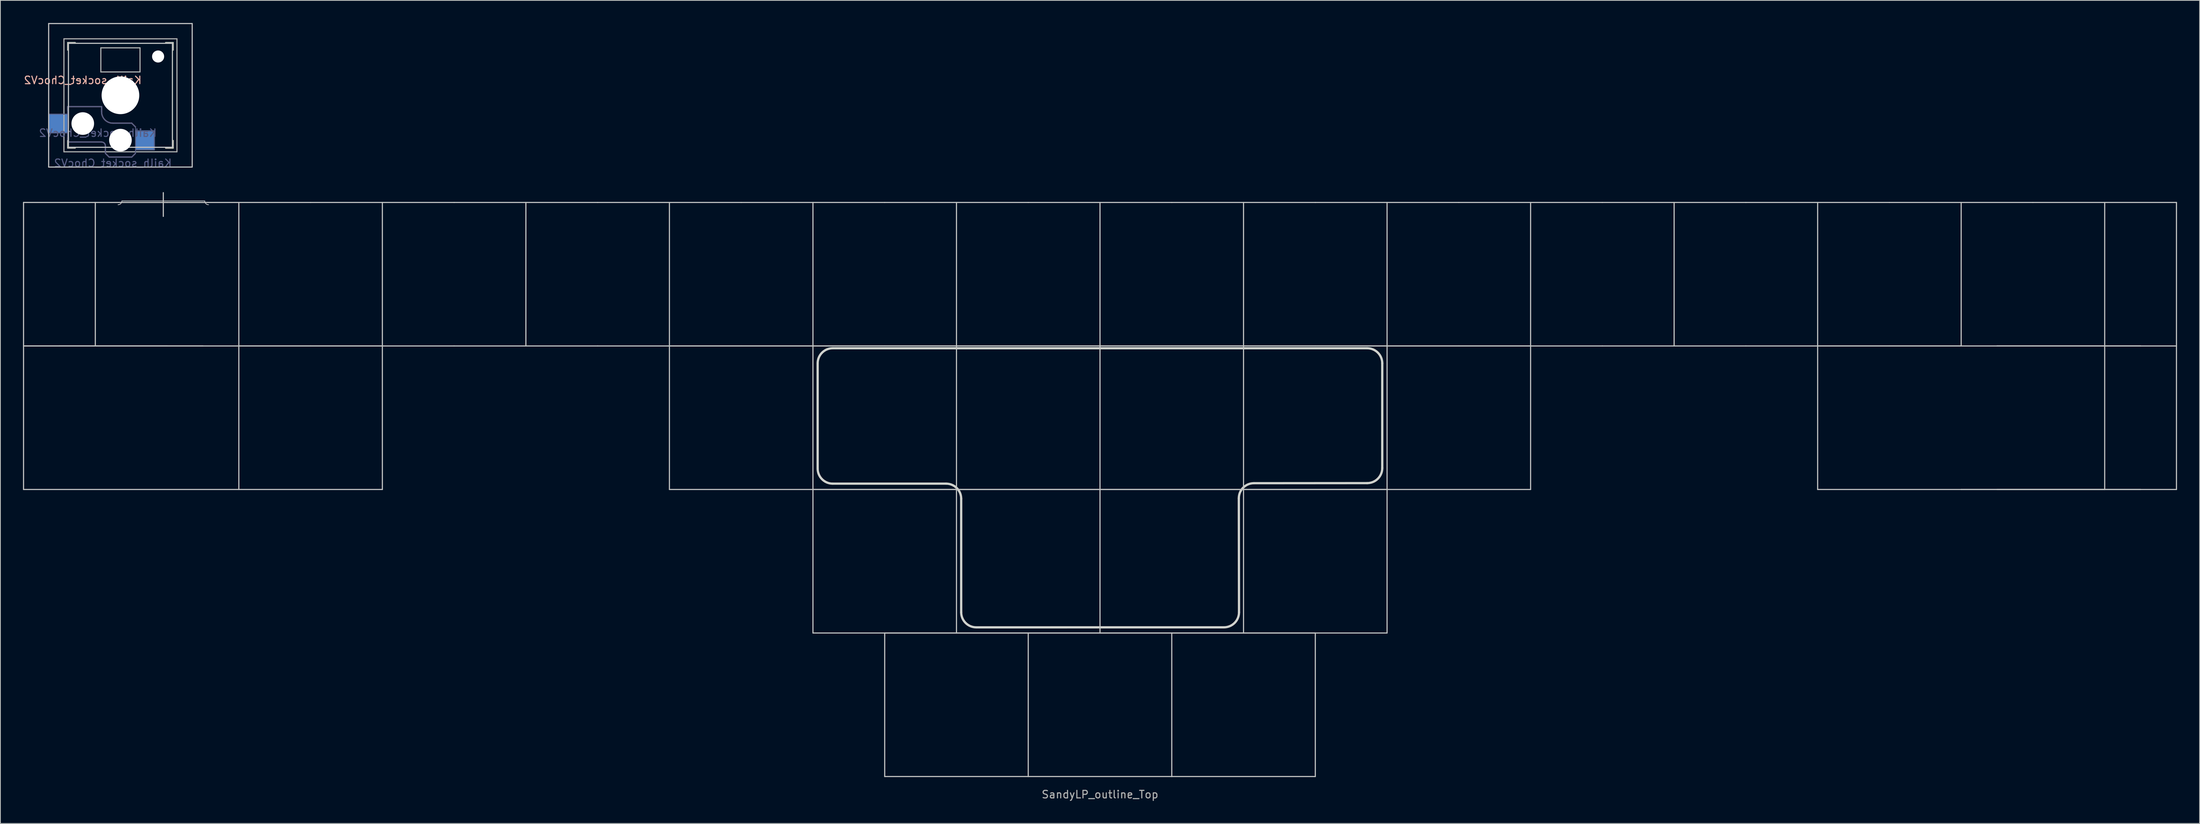
<source format=kicad_pcb>
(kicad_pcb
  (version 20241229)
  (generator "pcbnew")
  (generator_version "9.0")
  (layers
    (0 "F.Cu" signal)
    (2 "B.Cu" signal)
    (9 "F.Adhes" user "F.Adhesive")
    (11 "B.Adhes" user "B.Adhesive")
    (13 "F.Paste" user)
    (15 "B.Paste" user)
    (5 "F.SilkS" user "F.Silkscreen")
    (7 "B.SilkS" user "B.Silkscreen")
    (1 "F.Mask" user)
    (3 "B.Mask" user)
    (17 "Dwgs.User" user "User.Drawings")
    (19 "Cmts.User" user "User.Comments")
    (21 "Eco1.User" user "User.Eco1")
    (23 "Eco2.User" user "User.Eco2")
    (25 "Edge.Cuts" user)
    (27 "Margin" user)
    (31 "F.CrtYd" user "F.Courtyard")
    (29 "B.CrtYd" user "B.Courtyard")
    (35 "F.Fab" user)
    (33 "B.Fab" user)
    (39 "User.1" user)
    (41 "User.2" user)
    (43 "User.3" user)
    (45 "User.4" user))
  (footprint "Kailh_socket_ChocV2"
    (layer "F.Cu")
    (at 12.935 9.6)
    (property "Reference" "Kailh_socket_ChocV2" (at -5 -2 0) (layer "B.SilkS") (effects (font (size 1 1) (thickness 0.15)) (justify mirror)))
    (property "Value" "Kailh_socket_ChocV2" (at 0 8.255 0) (layer "F.Fab") (hide yes) (effects (font (size 1 1) (thickness 0.15))))
    (attr smd)
    (fp_line (start -7 -6) (end -7 -7) (stroke (width 0.15) (type solid)) (layer "F.SilkS"))
    (fp_line (start -7 7) (end -7 6) (stroke (width 0.15) (type solid)) (layer "F.SilkS"))
    (fp_line (start -7 7) (end -6 7) (stroke (width 0.15) (type solid)) (layer "F.SilkS"))
    (fp_line (start -6 -7) (end -7 -7) (stroke (width 0.15) (type solid)) (layer "F.SilkS"))
    (fp_line (start 6 7) (end 7 7) (stroke (width 0.15) (type solid)) (layer "F.SilkS"))
    (fp_line (start 7 -7) (end 6 -7) (stroke (width 0.15) (type solid)) (layer "F.SilkS"))
    (fp_line (start 7 -7) (end 7 -6) (stroke (width 0.15) (type solid)) (layer "F.SilkS"))
    (fp_line (start 7 6) (end 7 7) (stroke (width 0.15) (type solid)) (layer "F.SilkS"))
    (fp_line (start 7 7) (end 6 7) (stroke (width 0.15) (type solid)) (layer "F.SilkS"))
    (fp_line (start -7 1.5) (end -7 2) (stroke (width 0.15) (type solid)) (layer "B.SilkS"))
    (fp_line (start -7 5.6) (end -7 6.2) (stroke (width 0.15) (type solid)) (layer "B.SilkS"))
    (fp_line (start -7 6.2) (end -2.5 6.2) (stroke (width 0.15) (type solid)) (layer "B.SilkS"))
    (fp_line (start -2.5 1.5) (end -7 1.5) (stroke (width 0.15) (type solid)) (layer "B.SilkS"))
    (fp_line (start -2.5 2.2) (end -2.5 1.5) (stroke (width 0.15) (type solid)) (layer "B.SilkS"))
    (fp_line (start -2 6.7) (end -2 7.7) (stroke (width 0.15) (type solid)) (layer "B.SilkS"))
    (fp_line (start -1.5 8.2) (end -2 7.7) (stroke (width 0.15) (type solid)) (layer "B.SilkS"))
    (fp_line (start 1.5 3.7) (end -1 3.7) (stroke (width 0.15) (type solid)) (layer "B.SilkS"))
    (fp_line (start 1.5 8.2) (end -1.5 8.2) (stroke (width 0.15) (type solid)) (layer "B.SilkS"))
    (fp_line (start 2 4.2) (end 1.5 3.7) (stroke (width 0.15) (type solid)) (layer "B.SilkS"))
    (fp_line (start 2 7.7) (end 1.5 8.2) (stroke (width 0.15) (type solid)) (layer "B.SilkS"))
    (fp_arc (start -2.5 6.2) (mid -2.146447 6.346447) (end -2 6.7) (stroke (width 0.15) (type solid)) (layer "B.SilkS"))
    (fp_arc (start -1 3.7) (mid -2.06066 3.26066) (end -2.5 2.2) (stroke (width 0.15) (type solid)) (layer "B.SilkS"))
    (fp_line (start -9.525 -9.525) (end 9.525 -9.525) (stroke (width 0.15) (type solid)) (layer "Dwgs.User"))
    (fp_line (start -9.525 9.525) (end -9.525 -9.525) (stroke (width 0.15) (type solid)) (layer "Dwgs.User"))
    (fp_line (start -7 -7) (end -7 -6) (stroke (width 0.12) (type solid)) (layer "Dwgs.User"))
    (fp_line (start -7 -7) (end -6 -7) (stroke (width 0.12) (type solid)) (layer "Dwgs.User"))
    (fp_line (start -7 7) (end -7 6) (stroke (width 0.12) (type solid)) (layer "Dwgs.User"))
    (fp_line (start -7 7) (end -6 7) (stroke (width 0.12) (type solid)) (layer "Dwgs.User"))
    (fp_line (start -6.9 6.9) (end -6.9 -6.9) (stroke (width 0.15) (type solid)) (layer "Dwgs.User"))
    (fp_line (start -6.9 6.9) (end 6.9 6.9) (stroke (width 0.15) (type solid)) (layer "Dwgs.User"))
    (fp_line (start 6.9 -6.9) (end -6.9 -6.9) (stroke (width 0.15) (type solid)) (layer "Dwgs.User"))
    (fp_line (start 6.9 -6.9) (end 6.9 6.9) (stroke (width 0.15) (type solid)) (layer "Dwgs.User"))
    (fp_line (start 7 -7) (end 6 -7) (stroke (width 0.12) (type solid)) (layer "Dwgs.User"))
    (fp_line (start 7 -7) (end 7 -6) (stroke (width 0.12) (type solid)) (layer "Dwgs.User"))
    (fp_line (start 7 7) (end 6 7) (stroke (width 0.12) (type solid)) (layer "Dwgs.User"))
    (fp_line (start 7 7) (end 7 6) (stroke (width 0.12) (type solid)) (layer "Dwgs.User"))
    (fp_line (start 9.525 -9.525) (end 9.525 9.525) (stroke (width 0.15) (type solid)) (layer "Dwgs.User"))
    (fp_line (start 9.525 9.525) (end -9.525 9.525) (stroke (width 0.15) (type solid)) (layer "Dwgs.User"))
    (fp_line (start -9.5 2.5) (end -7 2.5) (stroke (width 0.12) (type solid)) (layer "B.Fab"))
    (fp_line (start -9.5 5) (end -9.5 2.5) (stroke (width 0.12) (type solid)) (layer "B.Fab"))
    (fp_line (start -7 1.5) (end -7 6.2) (stroke (width 0.12) (type solid)) (layer "B.Fab"))
    (fp_line (start -7 5) (end -9.5 5) (stroke (width 0.12) (type solid)) (layer "B.Fab"))
    (fp_line (start -7 6.2) (end -2.5 6.2) (stroke (width 0.15) (type solid)) (layer "B.Fab"))
    (fp_line (start -2.5 1.5) (end -7 1.5) (stroke (width 0.15) (type solid)) (layer "B.Fab"))
    (fp_line (start -2.5 2.2) (end -2.5 1.5) (stroke (width 0.15) (type solid)) (layer "B.Fab"))
    (fp_line (start -2 6.7) (end -2 7.7) (stroke (width 0.15) (type solid)) (layer "B.Fab"))
    (fp_line (start -1.5 8.2) (end -2 7.7) (stroke (width 0.15) (type solid)) (layer "B.Fab"))
    (fp_line (start 1.5 3.7) (end -1 3.7) (stroke (width 0.15) (type solid)) (layer "B.Fab"))
    (fp_line (start 1.5 8.2) (end -1.5 8.2) (stroke (width 0.15) (type solid)) (layer "B.Fab"))
    (fp_line (start 2 4.2) (end 1.5 3.7) (stroke (width 0.15) (type solid)) (layer "B.Fab"))
    (fp_line (start 2 4.25) (end 2 7.7) (stroke (width 0.12) (type solid)) (layer "B.Fab"))
    (fp_line (start 2 4.75) (end 4.5 4.75) (stroke (width 0.12) (type solid)) (layer "B.Fab"))
    (fp_line (start 2 7.7) (end 1.5 8.2) (stroke (width 0.15) (type solid)) (layer "B.Fab"))
    (fp_line (start 4.5 4.75) (end 4.5 7.25) (stroke (width 0.12) (type solid)) (layer "B.Fab"))
    (fp_line (start 4.5 7.25) (end 2 7.25) (stroke (width 0.12) (type solid)) (layer "B.Fab"))
    (fp_arc (start -2.5 6.2) (mid -2.146447 6.346447) (end -2 6.7) (stroke (width 0.15) (type solid)) (layer "B.Fab"))
    (fp_arc (start -1 3.7) (mid -2.06066 3.26066) (end -2.5 2.2) (stroke (width 0.15) (type solid)) (layer "B.Fab"))
    (fp_line (start -7.5 -7.5) (end 7.5 -7.5) (stroke (width 0.15) (type solid)) (layer "F.Fab"))
    (fp_line (start -7.5 7.5) (end -7.5 -7.5) (stroke (width 0.15) (type solid)) (layer "F.Fab"))
    (fp_line (start -2.6 -3.1) (end -2.6 -6.3) (stroke (width 0.15) (type solid)) (layer "F.Fab"))
    (fp_line (start -2.6 -3.1) (end 2.6 -3.1) (stroke (width 0.15) (type solid)) (layer "F.Fab"))
    (fp_line (start 2.6 -6.3) (end -2.6 -6.3) (stroke (width 0.15) (type solid)) (layer "F.Fab"))
    (fp_line (start 2.6 -3.1) (end 2.6 -6.3) (stroke (width 0.15) (type solid)) (layer "F.Fab"))
    (fp_line (start 7.5 -7.5) (end 7.5 7.5) (stroke (width 0.15) (type solid)) (layer "F.Fab"))
    (fp_line (start 7.5 7.5) (end -7.5 7.5) (stroke (width 0.15) (type solid)) (layer "F.Fab"))
    (fp_text user "${REFERENCE}" (at -3 5 0) (layer "B.Fab") (effects (font (size 1 1) (thickness 0.15)) (justify mirror)))
    (fp_text user "${VALUE}" (at -1 9 0) (layer "B.Fab") (effects (font (size 1 1) (thickness 0.15)) (justify mirror)))
    (pad "" np_thru_hole circle (at -5 3.75) (size 3 3) (drill 3) (layers "*.Cu" "*.Mask"))
    (pad "" np_thru_hole circle (at 0 0) (size 5 5) (drill 5) (layers "*.Cu" "*.Mask"))
    (pad "" np_thru_hole circle (at 0 5.95) (size 3 3) (drill 3) (layers "*.Cu" "*.Mask"))
    (pad "" np_thru_hole circle (at 5 -5.15) (size 1.6 1.6) (drill 1.6) (layers "*.Cu" "*.Mask"))
    (pad "1" smd rect (at 3.275 5.95) (size 2.6 2.6) (layers "B.Cu" "B.Mask" "B.Paste"))
    (pad "2" smd rect (at -8.275 3.75) (size 2.6 2.6) (layers "B.Cu" "B.Mask" "B.Paste")))
  (footprint "SandyLP_outline_Top"
    (layer "F.Cu")
    (at 142.95 61.923)
    (property "Reference" "SandyLP_outline_Top" (at 0 40.481 0) (layer "F.Fab") (effects (font (size 1 1) (thickness 0.15))))
    (attr through_hole)
    (fp_line (start -142.875 -38.1) (end -123.825 -38.1) (stroke (width 0.15) (type solid)) (layer "Dwgs.User"))
    (fp_line (start -142.875 -19.05) (end -142.875 -38.1) (stroke (width 0.15) (type solid)) (layer "Dwgs.User"))
    (fp_line (start -142.875 -19.05) (end -142.875 0) (stroke (width 0.15) (type solid)) (layer "Dwgs.User"))
    (fp_line (start -142.875 0) (end -114.3 0) (stroke (width 0.15) (type solid)) (layer "Dwgs.User"))
    (fp_line (start -138.113 -19.05) (end -119.062 -19.05) (stroke (width 0.15) (type solid)) (layer "Dwgs.User"))
    (fp_line (start -133.35 -19.05) (end -133.35 -38.1) (stroke (width 0.15) (type solid)) (layer "Dwgs.User"))
    (fp_line (start -129.825 -38.3) (end -118.825 -38.3) (stroke (width 0.1) (type solid)) (layer "Dwgs.User"))
    (fp_line (start -124.325 -39.4) (end -124.325 -36.25) (stroke (width 0.15) (type solid)) (layer "Dwgs.User"))
    (fp_line (start -123.825 -38.1) (end -104.775 -38.1) (stroke (width 0.15) (type solid)) (layer "Dwgs.User"))
    (fp_line (start -123.825 -19.05) (end -142.875 -19.05) (stroke (width 0.15) (type solid)) (layer "Dwgs.User"))
    (fp_line (start -123.825 -19.05) (end -142.875 -19.05) (stroke (width 0.15) (type solid)) (layer "Dwgs.User"))
    (fp_line (start -114.3 -38.1) (end -114.3 -19.05) (stroke (width 0.15) (type solid)) (layer "Dwgs.User"))
    (fp_line (start -114.3 -19.05) (end -95.25 -19.05) (stroke (width 0.15) (type solid)) (layer "Dwgs.User"))
    (fp_line (start -114.3 0) (end -114.3 -19.05) (stroke (width 0.15) (type solid)) (layer "Dwgs.User"))
    (fp_line (start -104.775 -38.1) (end -85.725 -38.1) (stroke (width 0.15) (type solid)) (layer "Dwgs.User"))
    (fp_line (start -104.775 -19.05) (end -123.825 -19.05) (stroke (width 0.15) (type solid)) (layer "Dwgs.User"))
    (fp_line (start -95.25 -19.05) (end -95.25 -38.1) (stroke (width 0.15) (type solid)) (layer "Dwgs.User"))
    (fp_line (start -95.25 -19.05) (end -95.25 0) (stroke (width 0.15) (type solid)) (layer "Dwgs.User"))
    (fp_line (start -95.25 0) (end -114.3 0) (stroke (width 0.15) (type solid)) (layer "Dwgs.User"))
    (fp_line (start -85.725 -38.1) (end -66.675 -38.1) (stroke (width 0.15) (type solid)) (layer "Dwgs.User"))
    (fp_line (start -85.725 -19.05) (end -104.775 -19.05) (stroke (width 0.15) (type solid)) (layer "Dwgs.User"))
    (fp_line (start -76.2 -38.1) (end -76.2 -19.05) (stroke (width 0.15) (type solid)) (layer "Dwgs.User"))
    (fp_line (start -66.675 -38.1) (end -47.625 -38.1) (stroke (width 0.15) (type solid)) (layer "Dwgs.User"))
    (fp_line (start -66.675 -19.05) (end -85.725 -19.05) (stroke (width 0.15) (type solid)) (layer "Dwgs.User"))
    (fp_line (start -57.15 -38.1) (end -57.15 -19.05) (stroke (width 0.15) (type solid)) (layer "Dwgs.User"))
    (fp_line (start -57.15 -19.05) (end -38.1 -19.05) (stroke (width 0.15) (type solid)) (layer "Dwgs.User"))
    (fp_line (start -57.15 0) (end -57.15 -19.05) (stroke (width 0.15) (type solid)) (layer "Dwgs.User"))
    (fp_line (start -47.625 -38.1) (end -28.575 -38.1) (stroke (width 0.15) (type solid)) (layer "Dwgs.User"))
    (fp_line (start -47.625 -19.05) (end -66.675 -19.05) (stroke (width 0.15) (type solid)) (layer "Dwgs.User"))
    (fp_line (start -38.1 -19.05) (end -38.1 -38.1) (stroke (width 0.15) (type solid)) (layer "Dwgs.User"))
    (fp_line (start -38.1 -19.05) (end -19.05 -19.05) (stroke (width 0.15) (type solid)) (layer "Dwgs.User"))
    (fp_line (start -38.1 0) (end -57.15 0) (stroke (width 0.15) (type solid)) (layer "Dwgs.User"))
    (fp_line (start -38.1 0) (end -38.1 -19.05) (stroke (width 0.15) (type solid)) (layer "Dwgs.User"))
    (fp_line (start -38.1 0) (end -19.05 0) (stroke (width 0.15) (type solid)) (layer "Dwgs.User"))
    (fp_line (start -38.1 19.05) (end -38.1 0) (stroke (width 0.15) (type solid)) (layer "Dwgs.User"))
    (fp_line (start -28.575 -38.1) (end -9.525 -38.1) (stroke (width 0.15) (type solid)) (layer "Dwgs.User"))
    (fp_line (start -28.575 -19.05) (end -47.625 -19.05) (stroke (width 0.15) (type solid)) (layer "Dwgs.User"))
    (fp_line (start -28.575 19.05) (end -9.525 19.05) (stroke (width 0.15) (type solid)) (layer "Dwgs.User"))
    (fp_line (start -28.575 38.1) (end -28.575 19.05) (stroke (width 0.15) (type solid)) (layer "Dwgs.User"))
    (fp_line (start -19.05 -19.05) (end -19.05 -38.1) (stroke (width 0.15) (type solid)) (layer "Dwgs.User"))
    (fp_line (start -19.05 -19.05) (end -19.05 0) (stroke (width 0.15) (type solid)) (layer "Dwgs.User"))
    (fp_line (start -19.05 -19.05) (end 0 -19.05) (stroke (width 0.15) (type solid)) (layer "Dwgs.User"))
    (fp_line (start -19.05 0) (end -38.1 0) (stroke (width 0.15) (type solid)) (layer "Dwgs.User"))
    (fp_line (start -19.05 0) (end 0 0) (stroke (width 0.15) (type solid)) (layer "Dwgs.User"))
    (fp_line (start -19.05 19.05) (end -38.1 19.05) (stroke (width 0.15) (type solid)) (layer "Dwgs.User"))
    (fp_line (start -19.05 19.05) (end -19.05 0) (stroke (width 0.15) (type solid)) (layer "Dwgs.User"))
    (fp_line (start -9.525 -38.1) (end 9.525 -38.1) (stroke (width 0.15) (type solid)) (layer "Dwgs.User"))
    (fp_line (start -9.525 -19.05) (end -28.575 -19.05) (stroke (width 0.15) (type solid)) (layer "Dwgs.User"))
    (fp_line (start -9.525 19.05) (end 9.525 19.05) (stroke (width 0.15) (type solid)) (layer "Dwgs.User"))
    (fp_line (start -9.525 38.1) (end -28.575 38.1) (stroke (width 0.15) (type solid)) (layer "Dwgs.User"))
    (fp_line (start -9.525 38.1) (end -9.525 19.05) (stroke (width 0.15) (type solid)) (layer "Dwgs.User"))
    (fp_line (start 0 -19.05) (end 0 -38.1) (stroke (width 0.15) (type solid)) (layer "Dwgs.User"))
    (fp_line (start 0 -19.05) (end 0 0) (stroke (width 0.15) (type solid)) (layer "Dwgs.User"))
    (fp_line (start 0 -19.05) (end 19.05 -19.05) (stroke (width 0.15) (type solid)) (layer "Dwgs.User"))
    (fp_line (start 0 0) (end -19.05 0) (stroke (width 0.15) (type solid)) (layer "Dwgs.User"))
    (fp_line (start 0 0) (end 19.05 0) (stroke (width 0.15) (type solid)) (layer "Dwgs.User"))
    (fp_line (start 0 19.05) (end -19.05 19.05) (stroke (width 0.15) (type solid)) (layer "Dwgs.User"))
    (fp_line (start 0 19.05) (end 0 0) (stroke (width 0.15) (type solid)) (layer "Dwgs.User"))
    (fp_line (start 9.525 -38.1) (end 28.575 -38.1) (stroke (width 0.15) (type solid)) (layer "Dwgs.User"))
    (fp_line (start 9.525 -19.05) (end -9.525 -19.05) (stroke (width 0.15) (type solid)) (layer "Dwgs.User"))
    (fp_line (start 9.525 19.05) (end 28.575 19.05) (stroke (width 0.15) (type solid)) (layer "Dwgs.User"))
    (fp_line (start 9.525 38.1) (end -9.525 38.1) (stroke (width 0.15) (type solid)) (layer "Dwgs.User"))
    (fp_line (start 9.525 38.1) (end 9.525 19.05) (stroke (width 0.15) (type solid)) (layer "Dwgs.User"))
    (fp_line (start 19.05 -19.05) (end 19.05 -38.1) (stroke (width 0.15) (type solid)) (layer "Dwgs.User"))
    (fp_line (start 19.05 -19.05) (end 38.1 -19.05) (stroke (width 0.15) (type solid)) (layer "Dwgs.User"))
    (fp_line (start 19.05 0) (end 0 0) (stroke (width 0.15) (type solid)) (layer "Dwgs.User"))
    (fp_line (start 19.05 0) (end 19.05 -19.05) (stroke (width 0.15) (type solid)) (layer "Dwgs.User"))
    (fp_line (start 19.05 0) (end 38.1 0) (stroke (width 0.15) (type solid)) (layer "Dwgs.User"))
    (fp_line (start 19.05 19.05) (end 0 19.05) (stroke (width 0.15) (type solid)) (layer "Dwgs.User"))
    (fp_line (start 19.05 19.05) (end 19.05 0) (stroke (width 0.15) (type solid)) (layer "Dwgs.User"))
    (fp_line (start 28.575 -38.1) (end 47.625 -38.1) (stroke (width 0.15) (type solid)) (layer "Dwgs.User"))
    (fp_line (start 28.575 -19.05) (end 9.525 -19.05) (stroke (width 0.15) (type solid)) (layer "Dwgs.User"))
    (fp_line (start 28.575 19.05) (end 28.575 38.1) (stroke (width 0.15) (type solid)) (layer "Dwgs.User"))
    (fp_line (start 28.575 38.1) (end 9.525 38.1) (stroke (width 0.15) (type solid)) (layer "Dwgs.User"))
    (fp_line (start 38.1 -19.05) (end 38.1 -38.1) (stroke (width 0.15) (type solid)) (layer "Dwgs.User"))
    (fp_line (start 38.1 -19.05) (end 38.1 0) (stroke (width 0.15) (type solid)) (layer "Dwgs.User"))
    (fp_line (start 38.1 -19.05) (end 57.15 -19.05) (stroke (width 0.15) (type solid)) (layer "Dwgs.User"))
    (fp_line (start 38.1 0) (end 19.05 0) (stroke (width 0.15) (type solid)) (layer "Dwgs.User"))
    (fp_line (start 38.1 0) (end 38.1 19.05) (stroke (width 0.15) (type solid)) (layer "Dwgs.User"))
    (fp_line (start 38.1 19.05) (end 19.05 19.05) (stroke (width 0.15) (type solid)) (layer "Dwgs.User"))
    (fp_line (start 47.625 -38.1) (end 66.675 -38.1) (stroke (width 0.15) (type solid)) (layer "Dwgs.User"))
    (fp_line (start 47.625 -19.05) (end 28.575 -19.05) (stroke (width 0.15) (type solid)) (layer "Dwgs.User"))
    (fp_line (start 57.15 -19.05) (end 57.15 -38.1) (stroke (width 0.15) (type solid)) (layer "Dwgs.User"))
    (fp_line (start 57.15 -19.05) (end 57.15 0) (stroke (width 0.15) (type solid)) (layer "Dwgs.User"))
    (fp_line (start 57.15 0) (end 38.1 0) (stroke (width 0.15) (type solid)) (layer "Dwgs.User"))
    (fp_line (start 66.675 -38.1) (end 85.725 -38.1) (stroke (width 0.15) (type solid)) (layer "Dwgs.User"))
    (fp_line (start 66.675 -19.05) (end 47.625 -19.05) (stroke (width 0.15) (type solid)) (layer "Dwgs.User"))
    (fp_line (start 76.2 -19.05) (end 76.2 -38.1) (stroke (width 0.15) (type solid)) (layer "Dwgs.User"))
    (fp_line (start 85.725 -38.1) (end 104.775 -38.1) (stroke (width 0.15) (type solid)) (layer "Dwgs.User"))
    (fp_line (start 85.725 -19.05) (end 66.675 -19.05) (stroke (width 0.15) (type solid)) (layer "Dwgs.User"))
    (fp_line (start 95.25 -38.1) (end 95.25 -19.05) (stroke (width 0.15) (type solid)) (layer "Dwgs.User"))
    (fp_line (start 95.25 -19.05) (end 114.3 -19.05) (stroke (width 0.15) (type solid)) (layer "Dwgs.User"))
    (fp_line (start 95.25 0) (end 95.25 -19.05) (stroke (width 0.15) (type solid)) (layer "Dwgs.User"))
    (fp_line (start 104.775 -38.1) (end 123.825 -38.1) (stroke (width 0.15) (type solid)) (layer "Dwgs.User"))
    (fp_line (start 104.775 -19.05) (end 85.725 -19.05) (stroke (width 0.15) (type solid)) (layer "Dwgs.User"))
    (fp_line (start 114.3 -38.1) (end 114.3 -19.05) (stroke (width 0.15) (type solid)) (layer "Dwgs.User"))
    (fp_line (start 114.3 0) (end 95.25 0) (stroke (width 0.15) (type solid)) (layer "Dwgs.User"))
    (fp_line (start 114.3 0) (end 142.875 0) (stroke (width 0.15) (type solid)) (layer "Dwgs.User"))
    (fp_line (start 119.062 -19.05) (end 138.113 -19.05) (stroke (width 0.15) (type solid)) (layer "Dwgs.User"))
    (fp_line (start 119.062 -19.05) (end 138.113 -19.05) (stroke (width 0.15) (type solid)) (layer "Dwgs.User"))
    (fp_line (start 123.825 -38.1) (end 142.875 -38.1) (stroke (width 0.15) (type solid)) (layer "Dwgs.User"))
    (fp_line (start 123.825 -19.05) (end 104.775 -19.05) (stroke (width 0.15) (type solid)) (layer "Dwgs.User"))
    (fp_line (start 133.35 -38.1) (end 133.35 -19.05) (stroke (width 0.15) (type solid)) (layer "Dwgs.User"))
    (fp_line (start 133.35 -19.05) (end 133.35 0) (stroke (width 0.15) (type solid)) (layer "Dwgs.User"))
    (fp_line (start 133.35 0) (end 114.3 0) (stroke (width 0.15) (type solid)) (layer "Dwgs.User"))
    (fp_line (start 138.113 0) (end 119.062 0) (stroke (width 0.15) (type solid)) (layer "Dwgs.User"))
    (fp_line (start 142.875 -38.1) (end 142.875 -19.05) (stroke (width 0.15) (type solid)) (layer "Dwgs.User"))
    (fp_line (start 142.875 -19.05) (end 123.825 -19.05) (stroke (width 0.15) (type solid)) (layer "Dwgs.User"))
    (fp_line (start 142.875 -19.05) (end 142.875 0) (stroke (width 0.15) (type solid)) (layer "Dwgs.User"))
    (fp_arc (start -129.825 -38.30004) (mid -129.971447 -37.946487) (end -130.325 -37.80004) (stroke (width 0.1) (type solid)) (layer "Dwgs.User"))
    (fp_arc (start -118.325 -37.80004) (mid -118.678553 -37.946487) (end -118.825 -38.30004) (stroke (width 0.1) (type solid)) (layer "Dwgs.User"))
    (fp_line (start -37.475 -2.775) (end -37.475 -16.75) (stroke (width 0.3) (type solid)) (layer "Edge.Cuts"))
    (fp_line (start -35.475 -0.775) (end -20.425 -0.775) (stroke (width 0.3) (type solid)) (layer "Edge.Cuts"))
    (fp_line (start -18.425 16.298) (end -18.425 1.225) (stroke (width 0.3) (type solid)) (layer "Edge.Cuts"))
    (fp_line (start -16.425 18.298) (end 16.45 18.296) (stroke (width 0.3) (type solid)) (layer "Edge.Cuts"))
    (fp_line (start 18.45 16.296) (end 18.425 1.164) (stroke (width 0.3) (type solid)) (layer "Edge.Cuts"))
    (fp_line (start 20.425 -0.836) (end 35.462 -0.846) (stroke (width 0.3) (type solid)) (layer "Edge.Cuts"))
    (fp_line (start 35.462 -18.75) (end -35.475 -18.75) (stroke (width 0.3) (type solid)) (layer "Edge.Cuts"))
    (fp_line (start 37.462 -2.846) (end 37.462 -16.75) (stroke (width 0.3) (type solid)) (layer "Edge.Cuts"))
    (fp_arc (start -37.475 -16.75004) (mid -36.889214 -18.164255) (end -35.475 -18.75004) (stroke (width 0.3) (type solid)) (layer "Edge.Cuts"))
    (fp_arc (start -35.475 -0.77504) (mid -36.889214 -1.360826) (end -37.475 -2.77504) (stroke (width 0.3) (type solid)) (layer "Edge.Cuts"))
    (fp_arc (start -20.425 -0.77504) (mid -19.010786 -0.189254) (end -18.425 1.22496) (stroke (width 0.3) (type solid)) (layer "Edge.Cuts"))
    (fp_arc (start -16.425 18.297853) (mid -17.839214 17.712067) (end -18.425 16.297853) (stroke (width 0.3) (type solid)) (layer "Edge.Cuts"))
    (fp_arc (start 18.425 1.164174) (mid 19.010766 -0.250052) (end 20.425 -0.835826) (stroke (width 0.3) (type solid)) (layer "Edge.Cuts"))
    (fp_arc (start 18.44991 16.295746) (mid 17.864148 17.709982) (end 16.44991 18.295746) (stroke (width 0.3) (type solid)) (layer "Edge.Cuts"))
    (fp_arc (start 35.4625 -18.75004) (mid 36.876714 -18.164254) (end 37.4625 -16.75004) (stroke (width 0.3) (type solid)) (layer "Edge.Cuts"))
    (fp_arc (start 37.4625 -2.845826) (mid 36.876693 -1.431625) (end 35.4625 -0.845826) (stroke (width 0.3) (type solid)) (layer "Edge.Cuts")))
  (gr_rect
    (start -3 -3)
    (end 288.9 106.253)
    (stroke (width 0.1) (type default))
    (fill no)
    (layer "Edge.Cuts")))
</source>
